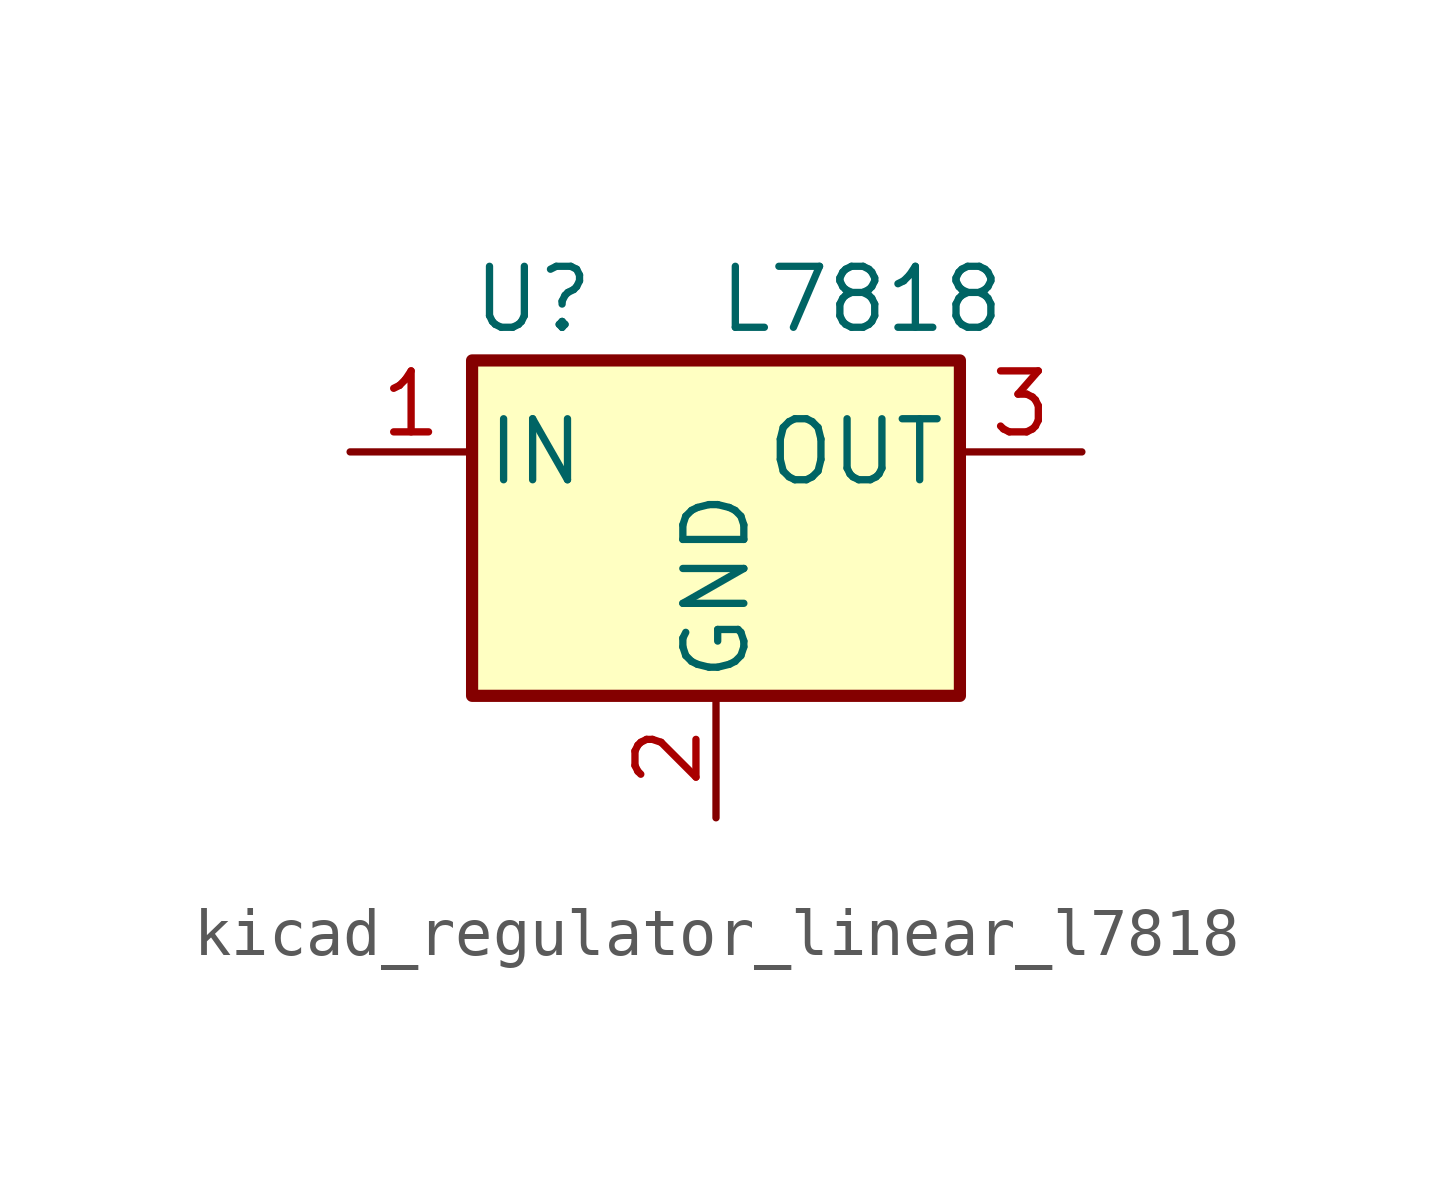
<source format=kicad_sym>
(kicad_symbol_lib
  (version 20220914)
  (generator kicad_symbol_editor)
  (symbol "kicad_regulator_linear_l7818"
    (pin_names
      (offset 0.254))
    (property "Reference" "U"
      (at -3.81 3.175 0)
      (effects (font (size 1.27 1.27))))
    (property "Value" "L7818"
      (at 0 3.175 0)
      (effects (font (size 1.27 1.27)) (justify left)))
    (symbol "kicad_regulator_linear_l7818_0_1"
      (rectangle (start -5.08 1.905) (end 5.08 -5.08) (stroke (width 0.254) (type default)) (fill (type background))))
    (symbol "kicad_regulator_linear_l7818_1_1"
      (pin power_in line (at -7.62 0 0) (length 2.54) (name "IN" (effects (font (size 1.27 1.27)))) (number "1" (effects (font (size 1.27 1.27)))))
      (pin power_in line (at 0 -7.62 90) (length 2.54) (name "GND" (effects (font (size 1.27 1.27)))) (number "2" (effects (font (size 1.27 1.27)))))
      (pin power_out line (at 7.62 0 180) (length 2.54) (name "OUT" (effects (font (size 1.27 1.27)))) (number "3" (effects (font (size 1.27 1.27))))))))
</source>
